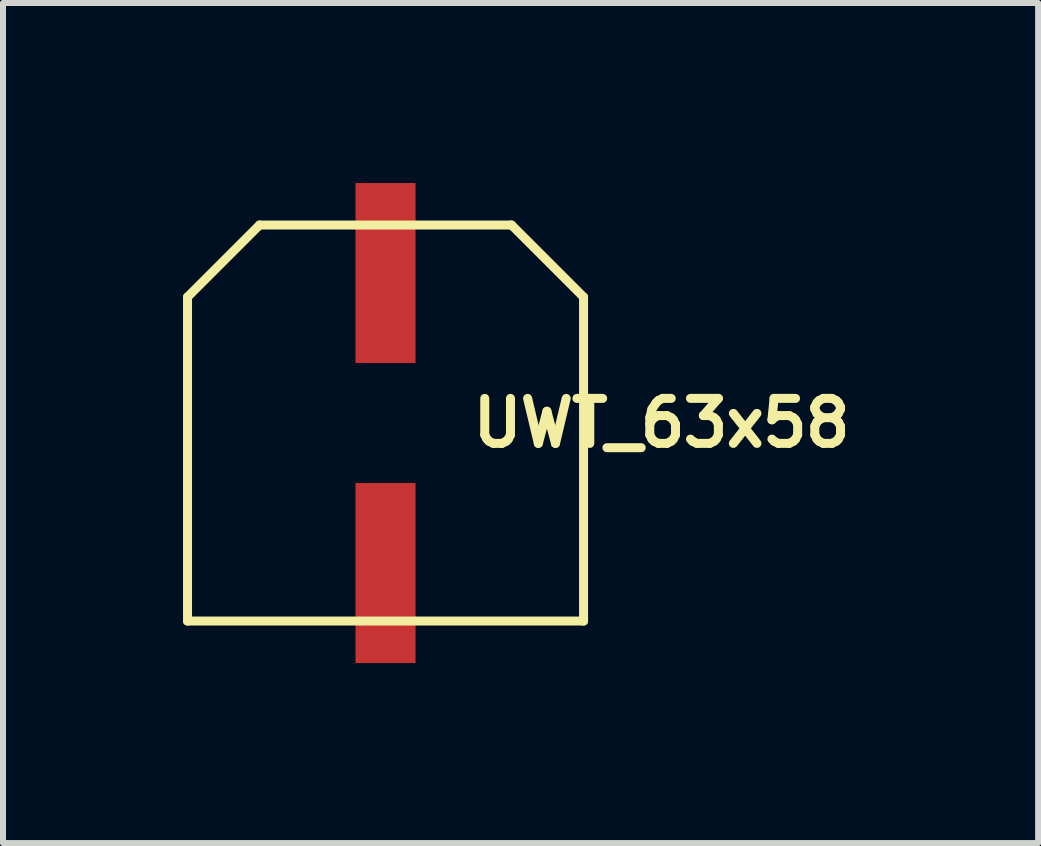
<source format=kicad_pcb>
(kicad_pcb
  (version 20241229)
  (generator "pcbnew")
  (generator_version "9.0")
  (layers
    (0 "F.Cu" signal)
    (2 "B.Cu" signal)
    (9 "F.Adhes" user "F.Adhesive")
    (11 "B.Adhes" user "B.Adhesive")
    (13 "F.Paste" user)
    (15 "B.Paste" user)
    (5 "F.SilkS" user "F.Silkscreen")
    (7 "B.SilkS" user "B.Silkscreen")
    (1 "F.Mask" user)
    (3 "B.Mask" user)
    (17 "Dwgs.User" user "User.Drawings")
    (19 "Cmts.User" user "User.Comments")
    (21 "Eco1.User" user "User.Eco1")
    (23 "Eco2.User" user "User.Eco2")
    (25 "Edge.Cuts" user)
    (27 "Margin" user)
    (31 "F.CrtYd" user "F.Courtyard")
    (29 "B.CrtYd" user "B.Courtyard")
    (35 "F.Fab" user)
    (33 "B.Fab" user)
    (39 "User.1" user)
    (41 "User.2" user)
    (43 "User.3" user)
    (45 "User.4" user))
  (footprint "UWT_63x58"
    (layer "F.Cu")
    (at 3.375 4)
    (property "Reference" "UWT_63x58" (at 4.6 0 0) (layer "F.SilkS") (effects (font (size 0.75 0.75) (thickness 0.15))))
    (attr through_hole)
    (fp_line (start -3.3 -2.1) (end -2.1 -3.3) (stroke (width 0.15) (type solid)) (layer "F.SilkS"))
    (fp_line (start -3.3 3.3) (end -3.3 -2.1) (stroke (width 0.15) (type solid)) (layer "F.SilkS"))
    (fp_line (start -2.1 -3.3) (end 2.1 -3.3) (stroke (width 0.15) (type solid)) (layer "F.SilkS"))
    (fp_line (start 3.3 -2.1) (end 2.1 -3.3) (stroke (width 0.15) (type solid)) (layer "F.SilkS"))
    (fp_line (start 3.3 -2.1) (end 3.3 3.3) (stroke (width 0.15) (type solid)) (layer "F.SilkS"))
    (fp_line (start 3.3 3.3) (end -3.3 3.3) (stroke (width 0.15) (type solid)) (layer "F.SilkS"))
    (pad "1" smd rect (at 0 -2.5) (size 1 3) (layers "F.Cu" "F.Mask" "F.Paste"))
    (pad "2" smd rect (at 0 2.5) (size 1 3) (layers "F.Cu" "F.Mask" "F.Paste")))
  (gr_rect
    (start -3 -3)
    (end 14.25 11)
    (stroke (width 0.1) (type default))
    (fill no)
    (layer "Edge.Cuts")))
</source>
